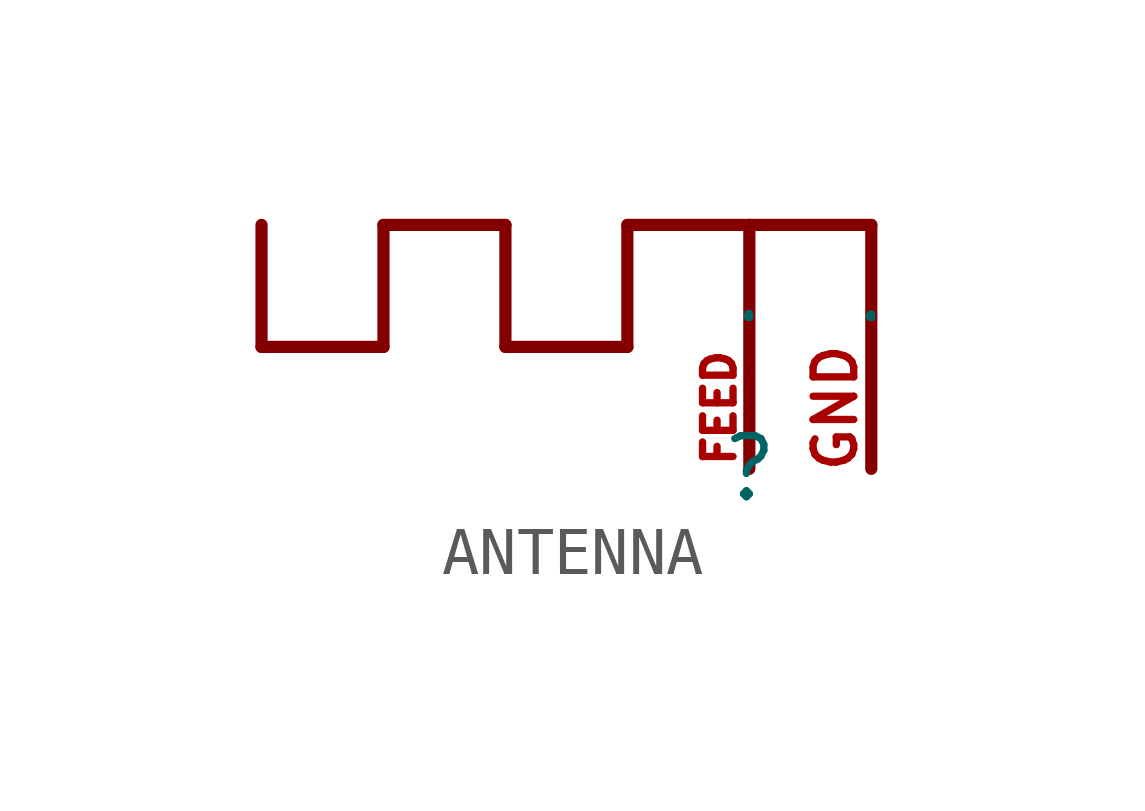
<source format=kicad_sym>
(kicad_symbol_lib
  (version 20241209)
  (generator "kicad_symbol_editor")
  (generator_version "9.0")
  (symbol "ANTENNA"
    (property "Reference" ""
      (at 0 0 0)
      (effects (font (size 1.27 1.27))))
    (property "Value" ""
      (at 0 0 0)
      (effects (font (size 1.27 1.27))))
    (symbol "ANTENNA_1_0"
      (polyline (pts (xy -10.16 2.54) (xy -10.16 5.08)) (stroke (width 0.254) (type default)) (fill (type none)))
      (polyline (pts (xy -7.62 5.08) (xy -7.62 2.54)) (stroke (width 0.254) (type default)) (fill (type none)))
      (polyline (pts (xy -7.62 2.54) (xy -10.16 2.54)) (stroke (width 0.254) (type default)) (fill (type none)))
      (polyline (pts (xy -5.08 5.08) (xy -7.62 5.08)) (stroke (width 0.254) (type default)) (fill (type none)))
      (polyline (pts (xy -5.08 2.54) (xy -5.08 5.08)) (stroke (width 0.254) (type default)) (fill (type none)))
      (polyline (pts (xy -2.54 5.08) (xy -2.54 2.54)) (stroke (width 0.254) (type default)) (fill (type none)))
      (polyline (pts (xy -2.54 2.54) (xy -5.08 2.54)) (stroke (width 0.254) (type default)) (fill (type none)))
      (polyline (pts (xy 0 5.08) (xy -2.54 5.08)) (stroke (width 0.254) (type default)) (fill (type none)))
      (polyline (pts (xy 0 5.08) (xy 2.54 5.08)) (stroke (width 0.254) (type default)) (fill (type none)))
      (polyline (pts (xy 0 0) (xy 0 5.08)) (stroke (width 0.254) (type default)) (fill (type none)))
      (polyline (pts (xy 2.54 5.08) (xy 2.54 0)) (stroke (width 0.254) (type default)) (fill (type none)))
      (pin unspecified line (at 0 0 90) (length 2.54) (name "FEED" (effects (font (size 0.025 0.025)))) (number "FEED" (effects (font (size 0.635 0.635)))))
      (pin unspecified line (at 2.54 0 90) (length 2.54) (name "GND" (effects (font (size 0.025 0.025)))) (number "GND" (effects (font (size 0.847 0.847))))))))
</source>
